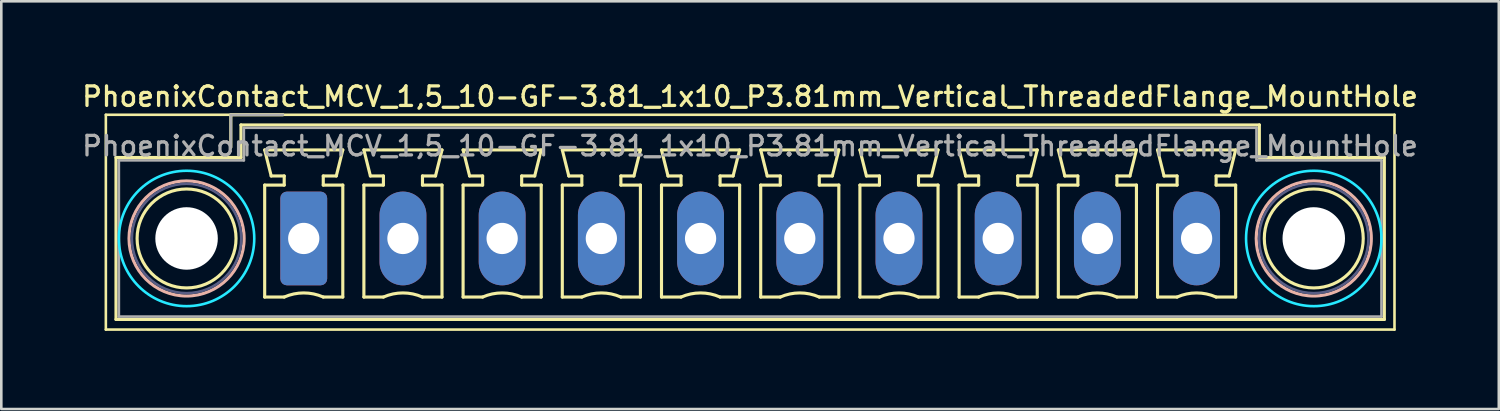
<source format=kicad_pcb>
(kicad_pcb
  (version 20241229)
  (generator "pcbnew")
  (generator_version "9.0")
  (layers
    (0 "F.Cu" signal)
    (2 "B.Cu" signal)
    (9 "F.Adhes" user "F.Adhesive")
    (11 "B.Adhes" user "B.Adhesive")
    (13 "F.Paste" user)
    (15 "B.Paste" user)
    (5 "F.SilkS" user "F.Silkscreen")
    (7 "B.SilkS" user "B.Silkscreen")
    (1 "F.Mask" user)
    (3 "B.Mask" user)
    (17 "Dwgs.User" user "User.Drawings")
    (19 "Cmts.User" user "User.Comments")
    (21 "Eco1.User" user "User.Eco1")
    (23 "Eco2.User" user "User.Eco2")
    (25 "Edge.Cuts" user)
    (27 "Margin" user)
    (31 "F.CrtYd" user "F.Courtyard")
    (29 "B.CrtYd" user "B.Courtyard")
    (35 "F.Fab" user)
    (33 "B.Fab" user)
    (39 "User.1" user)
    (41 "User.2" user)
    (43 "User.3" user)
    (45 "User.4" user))
  (footprint "PhoenixContact_MCV_1,5_10-GF-3.81_1x10_P3.81mm_Vertical_ThreadedFlange_MountHole"
    (layer "F.Cu")
    (at 8.615 6.108)
    (property "Reference" "PhoenixContact_MCV_1,5_10-GF-3.81_1x10_P3.81mm_Vertical_ThreadedFlange_MountHole" (at 17.14 -5.45 0) (layer "F.SilkS") (effects (font (size 0.75 0.75) (thickness 0.125))))
    (attr through_hole)
    (fp_line (start -7.6 -4.75) (end -7.6 3.5) (stroke (width 0.1) (type solid)) (layer "F.SilkS"))
    (fp_line (start -7.6 3.5) (end 41.89 3.5) (stroke (width 0.1) (type solid)) (layer "F.SilkS"))
    (fp_line (start -7.21 -3.11) (end -7.21 3.11) (stroke (width 0.12) (type solid)) (layer "F.SilkS"))
    (fp_line (start -7.21 3.11) (end 41.5 3.11) (stroke (width 0.12) (type solid)) (layer "F.SilkS"))
    (fp_line (start -2.8 -4.75) (end -0.8 -4.75) (stroke (width 0.12) (type solid)) (layer "F.SilkS"))
    (fp_line (start -2.8 -3.5) (end -2.8 -4.75) (stroke (width 0.12) (type solid)) (layer "F.SilkS"))
    (fp_line (start -2.41 -4.36) (end -2.41 -3.11) (stroke (width 0.12) (type solid)) (layer "F.SilkS"))
    (fp_line (start -2.41 -3.11) (end -7.21 -3.11) (stroke (width 0.12) (type solid)) (layer "F.SilkS"))
    (fp_line (start -1.5 -3.4) (end 1.5 -3.4) (stroke (width 0.12) (type solid)) (layer "F.SilkS"))
    (fp_line (start -1.5 -2.05) (end -0.75 -2.05) (stroke (width 0.12) (type solid)) (layer "F.SilkS"))
    (fp_line (start -1.5 2.25) (end -1.5 -2.05) (stroke (width 0.12) (type solid)) (layer "F.SilkS"))
    (fp_line (start -1.25 -2.4) (end -1.5 -3.4) (stroke (width 0.12) (type solid)) (layer "F.SilkS"))
    (fp_line (start -0.75 -2.4) (end -1.25 -2.4) (stroke (width 0.12) (type solid)) (layer "F.SilkS"))
    (fp_line (start -0.75 -2.05) (end -0.75 -2.4) (stroke (width 0.12) (type solid)) (layer "F.SilkS"))
    (fp_line (start -0.75 2.25) (end -1.5 2.25) (stroke (width 0.12) (type solid)) (layer "F.SilkS"))
    (fp_line (start 0.75 -2.4) (end 0.75 -2.05) (stroke (width 0.12) (type solid)) (layer "F.SilkS"))
    (fp_line (start 0.75 -2.05) (end 1.5 -2.05) (stroke (width 0.12) (type solid)) (layer "F.SilkS"))
    (fp_line (start 1.25 -2.4) (end 0.75 -2.4) (stroke (width 0.12) (type solid)) (layer "F.SilkS"))
    (fp_line (start 1.5 -3.4) (end 1.25 -2.4) (stroke (width 0.12) (type solid)) (layer "F.SilkS"))
    (fp_line (start 1.5 -2.05) (end 1.5 2.25) (stroke (width 0.12) (type solid)) (layer "F.SilkS"))
    (fp_line (start 1.5 2.25) (end 0.75 2.25) (stroke (width 0.12) (type solid)) (layer "F.SilkS"))
    (fp_line (start 2.31 -3.4) (end 5.31 -3.4) (stroke (width 0.12) (type solid)) (layer "F.SilkS"))
    (fp_line (start 2.31 -2.05) (end 3.06 -2.05) (stroke (width 0.12) (type solid)) (layer "F.SilkS"))
    (fp_line (start 2.31 2.25) (end 2.31 -2.05) (stroke (width 0.12) (type solid)) (layer "F.SilkS"))
    (fp_line (start 2.56 -2.4) (end 2.31 -3.4) (stroke (width 0.12) (type solid)) (layer "F.SilkS"))
    (fp_line (start 3.06 -2.4) (end 2.56 -2.4) (stroke (width 0.12) (type solid)) (layer "F.SilkS"))
    (fp_line (start 3.06 -2.05) (end 3.06 -2.4) (stroke (width 0.12) (type solid)) (layer "F.SilkS"))
    (fp_line (start 3.06 2.25) (end 2.31 2.25) (stroke (width 0.12) (type solid)) (layer "F.SilkS"))
    (fp_line (start 4.56 -2.4) (end 4.56 -2.05) (stroke (width 0.12) (type solid)) (layer "F.SilkS"))
    (fp_line (start 4.56 -2.05) (end 5.31 -2.05) (stroke (width 0.12) (type solid)) (layer "F.SilkS"))
    (fp_line (start 5.06 -2.4) (end 4.56 -2.4) (stroke (width 0.12) (type solid)) (layer "F.SilkS"))
    (fp_line (start 5.31 -3.4) (end 5.06 -2.4) (stroke (width 0.12) (type solid)) (layer "F.SilkS"))
    (fp_line (start 5.31 -2.05) (end 5.31 2.25) (stroke (width 0.12) (type solid)) (layer "F.SilkS"))
    (fp_line (start 5.31 2.25) (end 4.56 2.25) (stroke (width 0.12) (type solid)) (layer "F.SilkS"))
    (fp_line (start 6.12 -3.4) (end 9.12 -3.4) (stroke (width 0.12) (type solid)) (layer "F.SilkS"))
    (fp_line (start 6.12 -2.05) (end 6.87 -2.05) (stroke (width 0.12) (type solid)) (layer "F.SilkS"))
    (fp_line (start 6.12 2.25) (end 6.12 -2.05) (stroke (width 0.12) (type solid)) (layer "F.SilkS"))
    (fp_line (start 6.37 -2.4) (end 6.12 -3.4) (stroke (width 0.12) (type solid)) (layer "F.SilkS"))
    (fp_line (start 6.87 -2.4) (end 6.37 -2.4) (stroke (width 0.12) (type solid)) (layer "F.SilkS"))
    (fp_line (start 6.87 -2.05) (end 6.87 -2.4) (stroke (width 0.12) (type solid)) (layer "F.SilkS"))
    (fp_line (start 6.87 2.25) (end 6.12 2.25) (stroke (width 0.12) (type solid)) (layer "F.SilkS"))
    (fp_line (start 8.37 -2.4) (end 8.37 -2.05) (stroke (width 0.12) (type solid)) (layer "F.SilkS"))
    (fp_line (start 8.37 -2.05) (end 9.12 -2.05) (stroke (width 0.12) (type solid)) (layer "F.SilkS"))
    (fp_line (start 8.87 -2.4) (end 8.37 -2.4) (stroke (width 0.12) (type solid)) (layer "F.SilkS"))
    (fp_line (start 9.12 -3.4) (end 8.87 -2.4) (stroke (width 0.12) (type solid)) (layer "F.SilkS"))
    (fp_line (start 9.12 -2.05) (end 9.12 2.25) (stroke (width 0.12) (type solid)) (layer "F.SilkS"))
    (fp_line (start 9.12 2.25) (end 8.37 2.25) (stroke (width 0.12) (type solid)) (layer "F.SilkS"))
    (fp_line (start 9.93 -3.4) (end 12.93 -3.4) (stroke (width 0.12) (type solid)) (layer "F.SilkS"))
    (fp_line (start 9.93 -2.05) (end 10.68 -2.05) (stroke (width 0.12) (type solid)) (layer "F.SilkS"))
    (fp_line (start 9.93 2.25) (end 9.93 -2.05) (stroke (width 0.12) (type solid)) (layer "F.SilkS"))
    (fp_line (start 10.18 -2.4) (end 9.93 -3.4) (stroke (width 0.12) (type solid)) (layer "F.SilkS"))
    (fp_line (start 10.68 -2.4) (end 10.18 -2.4) (stroke (width 0.12) (type solid)) (layer "F.SilkS"))
    (fp_line (start 10.68 -2.05) (end 10.68 -2.4) (stroke (width 0.12) (type solid)) (layer "F.SilkS"))
    (fp_line (start 10.68 2.25) (end 9.93 2.25) (stroke (width 0.12) (type solid)) (layer "F.SilkS"))
    (fp_line (start 12.18 -2.4) (end 12.18 -2.05) (stroke (width 0.12) (type solid)) (layer "F.SilkS"))
    (fp_line (start 12.18 -2.05) (end 12.93 -2.05) (stroke (width 0.12) (type solid)) (layer "F.SilkS"))
    (fp_line (start 12.68 -2.4) (end 12.18 -2.4) (stroke (width 0.12) (type solid)) (layer "F.SilkS"))
    (fp_line (start 12.93 -3.4) (end 12.68 -2.4) (stroke (width 0.12) (type solid)) (layer "F.SilkS"))
    (fp_line (start 12.93 -2.05) (end 12.93 2.25) (stroke (width 0.12) (type solid)) (layer "F.SilkS"))
    (fp_line (start 12.93 2.25) (end 12.18 2.25) (stroke (width 0.12) (type solid)) (layer "F.SilkS"))
    (fp_line (start 13.74 -3.4) (end 16.74 -3.4) (stroke (width 0.12) (type solid)) (layer "F.SilkS"))
    (fp_line (start 13.74 -2.05) (end 14.49 -2.05) (stroke (width 0.12) (type solid)) (layer "F.SilkS"))
    (fp_line (start 13.74 2.25) (end 13.74 -2.05) (stroke (width 0.12) (type solid)) (layer "F.SilkS"))
    (fp_line (start 13.99 -2.4) (end 13.74 -3.4) (stroke (width 0.12) (type solid)) (layer "F.SilkS"))
    (fp_line (start 14.49 -2.4) (end 13.99 -2.4) (stroke (width 0.12) (type solid)) (layer "F.SilkS"))
    (fp_line (start 14.49 -2.05) (end 14.49 -2.4) (stroke (width 0.12) (type solid)) (layer "F.SilkS"))
    (fp_line (start 14.49 2.25) (end 13.74 2.25) (stroke (width 0.12) (type solid)) (layer "F.SilkS"))
    (fp_line (start 15.99 -2.4) (end 15.99 -2.05) (stroke (width 0.12) (type solid)) (layer "F.SilkS"))
    (fp_line (start 15.99 -2.05) (end 16.74 -2.05) (stroke (width 0.12) (type solid)) (layer "F.SilkS"))
    (fp_line (start 16.49 -2.4) (end 15.99 -2.4) (stroke (width 0.12) (type solid)) (layer "F.SilkS"))
    (fp_line (start 16.74 -3.4) (end 16.49 -2.4) (stroke (width 0.12) (type solid)) (layer "F.SilkS"))
    (fp_line (start 16.74 -2.05) (end 16.74 2.25) (stroke (width 0.12) (type solid)) (layer "F.SilkS"))
    (fp_line (start 16.74 2.25) (end 15.99 2.25) (stroke (width 0.12) (type solid)) (layer "F.SilkS"))
    (fp_line (start 17.55 -3.4) (end 20.55 -3.4) (stroke (width 0.12) (type solid)) (layer "F.SilkS"))
    (fp_line (start 17.55 -2.05) (end 18.3 -2.05) (stroke (width 0.12) (type solid)) (layer "F.SilkS"))
    (fp_line (start 17.55 2.25) (end 17.55 -2.05) (stroke (width 0.12) (type solid)) (layer "F.SilkS"))
    (fp_line (start 17.8 -2.4) (end 17.55 -3.4) (stroke (width 0.12) (type solid)) (layer "F.SilkS"))
    (fp_line (start 18.3 -2.4) (end 17.8 -2.4) (stroke (width 0.12) (type solid)) (layer "F.SilkS"))
    (fp_line (start 18.3 -2.05) (end 18.3 -2.4) (stroke (width 0.12) (type solid)) (layer "F.SilkS"))
    (fp_line (start 18.3 2.25) (end 17.55 2.25) (stroke (width 0.12) (type solid)) (layer "F.SilkS"))
    (fp_line (start 19.8 -2.4) (end 19.8 -2.05) (stroke (width 0.12) (type solid)) (layer "F.SilkS"))
    (fp_line (start 19.8 -2.05) (end 20.55 -2.05) (stroke (width 0.12) (type solid)) (layer "F.SilkS"))
    (fp_line (start 20.3 -2.4) (end 19.8 -2.4) (stroke (width 0.12) (type solid)) (layer "F.SilkS"))
    (fp_line (start 20.55 -3.4) (end 20.3 -2.4) (stroke (width 0.12) (type solid)) (layer "F.SilkS"))
    (fp_line (start 20.55 -2.05) (end 20.55 2.25) (stroke (width 0.12) (type solid)) (layer "F.SilkS"))
    (fp_line (start 20.55 2.25) (end 19.8 2.25) (stroke (width 0.12) (type solid)) (layer "F.SilkS"))
    (fp_line (start 21.36 -3.4) (end 24.36 -3.4) (stroke (width 0.12) (type solid)) (layer "F.SilkS"))
    (fp_line (start 21.36 -2.05) (end 22.11 -2.05) (stroke (width 0.12) (type solid)) (layer "F.SilkS"))
    (fp_line (start 21.36 2.25) (end 21.36 -2.05) (stroke (width 0.12) (type solid)) (layer "F.SilkS"))
    (fp_line (start 21.61 -2.4) (end 21.36 -3.4) (stroke (width 0.12) (type solid)) (layer "F.SilkS"))
    (fp_line (start 22.11 -2.4) (end 21.61 -2.4) (stroke (width 0.12) (type solid)) (layer "F.SilkS"))
    (fp_line (start 22.11 -2.05) (end 22.11 -2.4) (stroke (width 0.12) (type solid)) (layer "F.SilkS"))
    (fp_line (start 22.11 2.25) (end 21.36 2.25) (stroke (width 0.12) (type solid)) (layer "F.SilkS"))
    (fp_line (start 23.61 -2.4) (end 23.61 -2.05) (stroke (width 0.12) (type solid)) (layer "F.SilkS"))
    (fp_line (start 23.61 -2.05) (end 24.36 -2.05) (stroke (width 0.12) (type solid)) (layer "F.SilkS"))
    (fp_line (start 24.11 -2.4) (end 23.61 -2.4) (stroke (width 0.12) (type solid)) (layer "F.SilkS"))
    (fp_line (start 24.36 -3.4) (end 24.11 -2.4) (stroke (width 0.12) (type solid)) (layer "F.SilkS"))
    (fp_line (start 24.36 -2.05) (end 24.36 2.25) (stroke (width 0.12) (type solid)) (layer "F.SilkS"))
    (fp_line (start 24.36 2.25) (end 23.61 2.25) (stroke (width 0.12) (type solid)) (layer "F.SilkS"))
    (fp_line (start 25.17 -3.4) (end 28.17 -3.4) (stroke (width 0.12) (type solid)) (layer "F.SilkS"))
    (fp_line (start 25.17 -2.05) (end 25.92 -2.05) (stroke (width 0.12) (type solid)) (layer "F.SilkS"))
    (fp_line (start 25.17 2.25) (end 25.17 -2.05) (stroke (width 0.12) (type solid)) (layer "F.SilkS"))
    (fp_line (start 25.42 -2.4) (end 25.17 -3.4) (stroke (width 0.12) (type solid)) (layer "F.SilkS"))
    (fp_line (start 25.92 -2.4) (end 25.42 -2.4) (stroke (width 0.12) (type solid)) (layer "F.SilkS"))
    (fp_line (start 25.92 -2.05) (end 25.92 -2.4) (stroke (width 0.12) (type solid)) (layer "F.SilkS"))
    (fp_line (start 25.92 2.25) (end 25.17 2.25) (stroke (width 0.12) (type solid)) (layer "F.SilkS"))
    (fp_line (start 27.42 -2.4) (end 27.42 -2.05) (stroke (width 0.12) (type solid)) (layer "F.SilkS"))
    (fp_line (start 27.42 -2.05) (end 28.17 -2.05) (stroke (width 0.12) (type solid)) (layer "F.SilkS"))
    (fp_line (start 27.92 -2.4) (end 27.42 -2.4) (stroke (width 0.12) (type solid)) (layer "F.SilkS"))
    (fp_line (start 28.17 -3.4) (end 27.92 -2.4) (stroke (width 0.12) (type solid)) (layer "F.SilkS"))
    (fp_line (start 28.17 -2.05) (end 28.17 2.25) (stroke (width 0.12) (type solid)) (layer "F.SilkS"))
    (fp_line (start 28.17 2.25) (end 27.42 2.25) (stroke (width 0.12) (type solid)) (layer "F.SilkS"))
    (fp_line (start 28.98 -3.4) (end 31.98 -3.4) (stroke (width 0.12) (type solid)) (layer "F.SilkS"))
    (fp_line (start 28.98 -2.05) (end 29.73 -2.05) (stroke (width 0.12) (type solid)) (layer "F.SilkS"))
    (fp_line (start 28.98 2.25) (end 28.98 -2.05) (stroke (width 0.12) (type solid)) (layer "F.SilkS"))
    (fp_line (start 29.23 -2.4) (end 28.98 -3.4) (stroke (width 0.12) (type solid)) (layer "F.SilkS"))
    (fp_line (start 29.73 -2.4) (end 29.23 -2.4) (stroke (width 0.12) (type solid)) (layer "F.SilkS"))
    (fp_line (start 29.73 -2.05) (end 29.73 -2.4) (stroke (width 0.12) (type solid)) (layer "F.SilkS"))
    (fp_line (start 29.73 2.25) (end 28.98 2.25) (stroke (width 0.12) (type solid)) (layer "F.SilkS"))
    (fp_line (start 31.23 -2.4) (end 31.23 -2.05) (stroke (width 0.12) (type solid)) (layer "F.SilkS"))
    (fp_line (start 31.23 -2.05) (end 31.98 -2.05) (stroke (width 0.12) (type solid)) (layer "F.SilkS"))
    (fp_line (start 31.73 -2.4) (end 31.23 -2.4) (stroke (width 0.12) (type solid)) (layer "F.SilkS"))
    (fp_line (start 31.98 -3.4) (end 31.73 -2.4) (stroke (width 0.12) (type solid)) (layer "F.SilkS"))
    (fp_line (start 31.98 -2.05) (end 31.98 2.25) (stroke (width 0.12) (type solid)) (layer "F.SilkS"))
    (fp_line (start 31.98 2.25) (end 31.23 2.25) (stroke (width 0.12) (type solid)) (layer "F.SilkS"))
    (fp_line (start 32.79 -3.4) (end 35.79 -3.4) (stroke (width 0.12) (type solid)) (layer "F.SilkS"))
    (fp_line (start 32.79 -2.05) (end 33.54 -2.05) (stroke (width 0.12) (type solid)) (layer "F.SilkS"))
    (fp_line (start 32.79 2.25) (end 32.79 -2.05) (stroke (width 0.12) (type solid)) (layer "F.SilkS"))
    (fp_line (start 33.04 -2.4) (end 32.79 -3.4) (stroke (width 0.12) (type solid)) (layer "F.SilkS"))
    (fp_line (start 33.54 -2.4) (end 33.04 -2.4) (stroke (width 0.12) (type solid)) (layer "F.SilkS"))
    (fp_line (start 33.54 -2.05) (end 33.54 -2.4) (stroke (width 0.12) (type solid)) (layer "F.SilkS"))
    (fp_line (start 33.54 2.25) (end 32.79 2.25) (stroke (width 0.12) (type solid)) (layer "F.SilkS"))
    (fp_line (start 35.04 -2.4) (end 35.04 -2.05) (stroke (width 0.12) (type solid)) (layer "F.SilkS"))
    (fp_line (start 35.04 -2.05) (end 35.79 -2.05) (stroke (width 0.12) (type solid)) (layer "F.SilkS"))
    (fp_line (start 35.54 -2.4) (end 35.04 -2.4) (stroke (width 0.12) (type solid)) (layer "F.SilkS"))
    (fp_line (start 35.79 -3.4) (end 35.54 -2.4) (stroke (width 0.12) (type solid)) (layer "F.SilkS"))
    (fp_line (start 35.79 -2.05) (end 35.79 2.25) (stroke (width 0.12) (type solid)) (layer "F.SilkS"))
    (fp_line (start 35.79 2.25) (end 35.04 2.25) (stroke (width 0.12) (type solid)) (layer "F.SilkS"))
    (fp_line (start 36.7 -4.36) (end -2.41 -4.36) (stroke (width 0.12) (type solid)) (layer "F.SilkS"))
    (fp_line (start 36.7 -3.11) (end 36.7 -4.36) (stroke (width 0.12) (type solid)) (layer "F.SilkS"))
    (fp_line (start 41.5 -3.11) (end 36.7 -3.11) (stroke (width 0.12) (type solid)) (layer "F.SilkS"))
    (fp_line (start 41.5 3.11) (end 41.5 -3.11) (stroke (width 0.12) (type solid)) (layer "F.SilkS"))
    (fp_line (start 41.89 -4.75) (end -7.6 -4.75) (stroke (width 0.1) (type solid)) (layer "F.SilkS"))
    (fp_line (start 41.89 3.5) (end 41.89 -4.75) (stroke (width 0.1) (type solid)) (layer "F.SilkS"))
    (fp_arc (start -0.75 2.25) (mid -0.000193 2.09191) (end 0.749647 2.249844) (stroke (width 0.12) (type solid)) (layer "F.SilkS"))
    (fp_arc (start 3.06 2.25) (mid 3.809807 2.09191) (end 4.559647 2.249844) (stroke (width 0.12) (type solid)) (layer "F.SilkS"))
    (fp_arc (start 6.87 2.25) (mid 7.619807 2.09191) (end 8.369647 2.249844) (stroke (width 0.12) (type solid)) (layer "F.SilkS"))
    (fp_arc (start 10.68 2.25) (mid 11.429807 2.09191) (end 12.179647 2.249844) (stroke (width 0.12) (type solid)) (layer "F.SilkS"))
    (fp_arc (start 14.49 2.25) (mid 15.239807 2.09191) (end 15.989647 2.249844) (stroke (width 0.12) (type solid)) (layer "F.SilkS"))
    (fp_arc (start 18.3 2.25) (mid 19.049807 2.09191) (end 19.799647 2.249844) (stroke (width 0.12) (type solid)) (layer "F.SilkS"))
    (fp_arc (start 22.11 2.25) (mid 22.859807 2.09191) (end 23.609647 2.249844) (stroke (width 0.12) (type solid)) (layer "F.SilkS"))
    (fp_arc (start 25.92 2.25) (mid 26.669807 2.09191) (end 27.419647 2.249844) (stroke (width 0.12) (type solid)) (layer "F.SilkS"))
    (fp_arc (start 29.73 2.25) (mid 30.479807 2.09191) (end 31.229647 2.249844) (stroke (width 0.12) (type solid)) (layer "F.SilkS"))
    (fp_arc (start 33.54 2.25) (mid 34.289807 2.09191) (end 35.039647 2.249844) (stroke (width 0.12) (type solid)) (layer "F.SilkS"))
    (fp_circle (center -4.5 0) (end -2.6 0) (stroke (width 0.12) (type solid)) (fill no) (layer "F.SilkS"))
    (fp_circle (center 38.79 0) (end 40.69 0) (stroke (width 0.12) (type solid)) (fill no) (layer "F.SilkS"))
    (fp_circle (center -4.5 0) (end -2.29 0) (stroke (width 0.12) (type solid)) (fill no) (layer "B.SilkS"))
    (fp_circle (center 38.79 0) (end 41 0) (stroke (width 0.12) (type solid)) (fill no) (layer "B.SilkS"))
    (fp_circle (center -4.5 0) (end -1.9 0) (stroke (width 0.1) (type solid)) (fill no) (layer "B.CrtYd"))
    (fp_circle (center 38.79 0) (end 41.39 0) (stroke (width 0.1) (type solid)) (fill no) (layer "B.CrtYd"))
    (fp_circle (center -4.5 0) (end -2.4 0) (stroke (width 0.1) (type solid)) (fill no) (layer "B.Fab"))
    (fp_circle (center 38.79 0) (end 40.89 0) (stroke (width 0.1) (type solid)) (fill no) (layer "B.Fab"))
    (fp_line (start -7.1 -3) (end -7.1 3) (stroke (width 0.1) (type solid)) (layer "F.Fab"))
    (fp_line (start -7.1 3) (end 41.39 3) (stroke (width 0.1) (type solid)) (layer "F.Fab"))
    (fp_line (start -2.8 -4.75) (end -0.8 -4.75) (stroke (width 0.1) (type solid)) (layer "F.Fab"))
    (fp_line (start -2.8 -3.5) (end -2.8 -4.75) (stroke (width 0.1) (type solid)) (layer "F.Fab"))
    (fp_line (start -2.3 -4.25) (end -2.3 -3) (stroke (width 0.1) (type solid)) (layer "F.Fab"))
    (fp_line (start -2.3 -3) (end -7.1 -3) (stroke (width 0.1) (type solid)) (layer "F.Fab"))
    (fp_line (start 36.59 -4.25) (end -2.3 -4.25) (stroke (width 0.1) (type solid)) (layer "F.Fab"))
    (fp_line (start 36.59 -3) (end 36.59 -4.25) (stroke (width 0.1) (type solid)) (layer "F.Fab"))
    (fp_line (start 41.39 -3) (end 36.59 -3) (stroke (width 0.1) (type solid)) (layer "F.Fab"))
    (fp_line (start 41.39 3) (end 41.39 -3) (stroke (width 0.1) (type solid)) (layer "F.Fab"))
    (fp_text user "${REFERENCE}" (at 17.14 -3.55 0) (layer "F.Fab") (effects (font (size 0.75 0.75) (thickness 0.125))))
    (pad "" np_thru_hole circle (at -4.5 0) (size 2.4 2.4) (drill 2.4) (layers "*.Cu" "*.Mask"))
    (pad "" np_thru_hole circle (at 38.79 0) (size 2.4 2.4) (drill 2.4) (layers "*.Cu" "*.Mask"))
    (pad "1" thru_hole roundrect (at 0 0) (size 1.8 3.6) (drill 1.2) (layers "*.Cu" "*.Mask") (roundrect_rratio 0.139))
    (pad "2" thru_hole oval (at 3.81 0) (size 1.8 3.6) (drill 1.2) (layers "*.Cu" "*.Mask"))
    (pad "3" thru_hole oval (at 7.62 0) (size 1.8 3.6) (drill 1.2) (layers "*.Cu" "*.Mask"))
    (pad "4" thru_hole oval (at 11.43 0) (size 1.8 3.6) (drill 1.2) (layers "*.Cu" "*.Mask"))
    (pad "5" thru_hole oval (at 15.24 0) (size 1.8 3.6) (drill 1.2) (layers "*.Cu" "*.Mask"))
    (pad "6" thru_hole oval (at 19.05 0) (size 1.8 3.6) (drill 1.2) (layers "*.Cu" "*.Mask"))
    (pad "7" thru_hole oval (at 22.86 0) (size 1.8 3.6) (drill 1.2) (layers "*.Cu" "*.Mask"))
    (pad "8" thru_hole oval (at 26.67 0) (size 1.8 3.6) (drill 1.2) (layers "*.Cu" "*.Mask"))
    (pad "9" thru_hole oval (at 30.48 0) (size 1.8 3.6) (drill 1.2) (layers "*.Cu" "*.Mask"))
    (pad "10" thru_hole oval (at 34.29 0) (size 1.8 3.6) (drill 1.2) (layers "*.Cu" "*.Mask")))
  (gr_rect
    (start -3 -3)
    (end 54.511 12.658)
    (stroke (width 0.1) (type default))
    (fill no)
    (layer "Edge.Cuts")))
</source>
